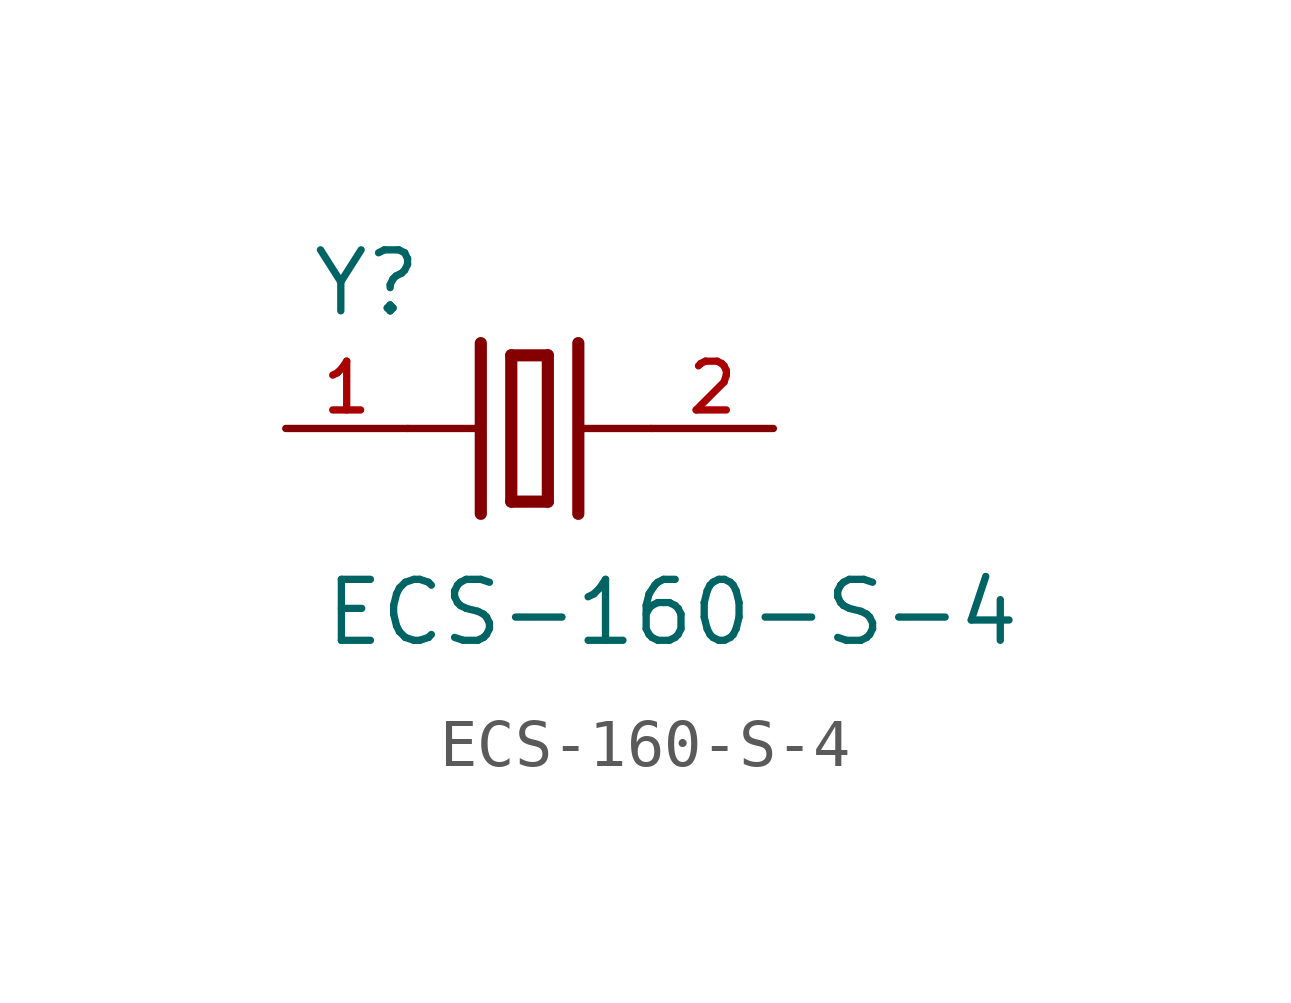
<source format=kicad_sym>
(kicad_symbol_lib
  (version 20211014)
  (generator kicad_symbol_editor)
  (symbol "ECS-160-S-4"
    (pin_names
      (offset 1.016))
    (property "Reference" "Y"
      (at -4.577 2.288 0)
      (effects (font (size 1.27 1.27)) (justify bottom left)))
    (property "Value" "ECS-160-S-4"
      (at -4.323 -4.577 0)
      (effects (font (size 1.27 1.27)) (justify bottom left)))
    (symbol "ECS-160-S-4_0_0"
      (polyline (pts (xy 1.016 0.0) (xy 2.54 0.0)) (stroke (width 0.152)))
      (polyline (pts (xy -2.54 0.0) (xy -1.016 0.0)) (stroke (width 0.152)))
      (polyline (pts (xy -0.381 1.524) (xy -0.381 -1.524)) (stroke (width 0.254)))
      (polyline (pts (xy -0.381 -1.524) (xy 0.381 -1.524)) (stroke (width 0.254)))
      (polyline (pts (xy 0.381 -1.524) (xy 0.381 1.524)) (stroke (width 0.254)))
      (polyline (pts (xy 0.381 1.524) (xy -0.381 1.524)) (stroke (width 0.254)))
      (polyline (pts (xy 1.016 1.778) (xy 1.016 -1.778)) (stroke (width 0.254)))
      (polyline (pts (xy -1.016 1.778) (xy -1.016 -1.778)) (stroke (width 0.254)))
      (pin passive line (at 5.08 0.0 180.0) (length 2.54) (name "~" (effects (font (size 1.016 1.016)))) (number "2" (effects (font (size 1.016 1.016)))))
      (pin passive line (at -5.08 0.0 0) (length 2.54) (name "~" (effects (font (size 1.016 1.016)))) (number "1" (effects (font (size 1.016 1.016))))))))
</source>
